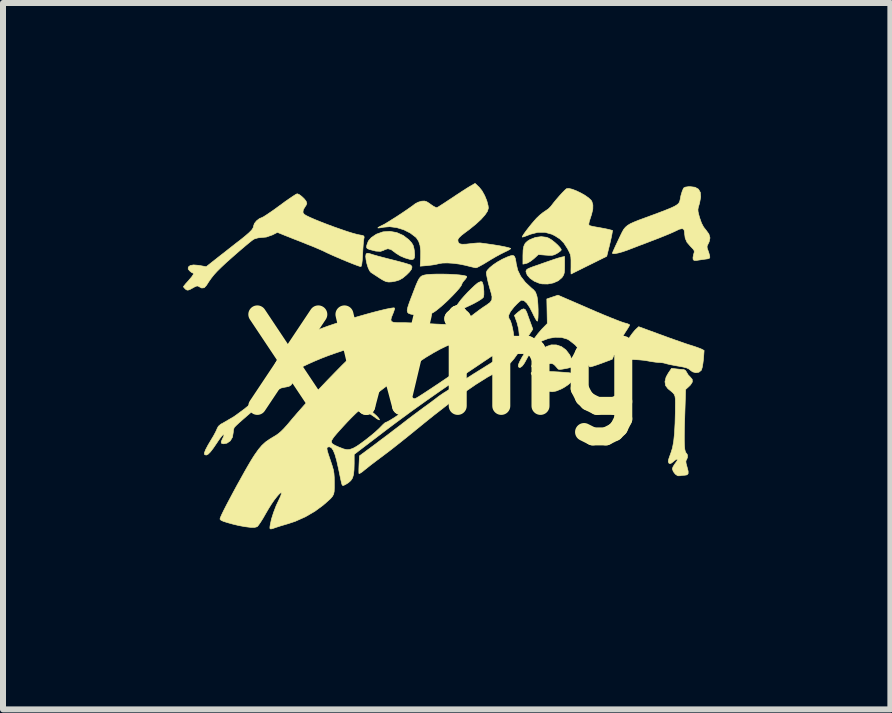
<source format=kicad_pcb>
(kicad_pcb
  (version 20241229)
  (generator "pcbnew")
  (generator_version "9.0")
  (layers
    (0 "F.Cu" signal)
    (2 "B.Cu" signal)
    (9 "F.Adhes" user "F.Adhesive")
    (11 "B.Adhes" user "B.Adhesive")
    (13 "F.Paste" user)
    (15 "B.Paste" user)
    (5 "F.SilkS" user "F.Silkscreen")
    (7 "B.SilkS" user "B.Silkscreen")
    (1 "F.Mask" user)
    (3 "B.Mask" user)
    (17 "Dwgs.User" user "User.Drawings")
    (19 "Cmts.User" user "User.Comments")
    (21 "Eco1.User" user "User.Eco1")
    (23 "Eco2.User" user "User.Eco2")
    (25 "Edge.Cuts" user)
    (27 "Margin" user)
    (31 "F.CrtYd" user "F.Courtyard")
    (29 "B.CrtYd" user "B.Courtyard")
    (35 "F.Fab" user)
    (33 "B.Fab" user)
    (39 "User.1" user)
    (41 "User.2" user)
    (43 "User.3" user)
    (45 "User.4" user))
  (footprint "XWing"
    (layer "F.Cu")
    (at 4.357 3.022)
    (property "Reference" "XWing" (at 0 0 0) (layer "F.SilkS") (effects (font (size 1.524 1.524) (thickness 0.3))))
    (attr through_hole)
    (fp_poly (pts (xy 1.698 -2.119) (xy 1.737 -2.103) (xy 1.784 -2.074) (xy 1.835 -2.034) (xy 1.882 -1.991) (xy 1.92 -1.95) (xy 1.941 -1.918) (xy 1.942 -1.907) (xy 1.925 -1.888) (xy 1.888 -1.861) (xy 1.87 -1.85) (xy 1.83 -1.829) (xy 1.792 -1.819) (xy 1.743 -1.818) (xy 1.682 -1.822) (xy 1.561 -1.832) (xy 1.486 -1.763) (xy 1.435 -1.723) (xy 1.385 -1.693) (xy 1.357 -1.683) (xy 1.304 -1.672) (xy 1.304 -1.814) (xy 1.307 -1.906) (xy 1.319 -1.971) (xy 1.342 -2.019) (xy 1.38 -2.055) (xy 1.419 -2.08) (xy 1.512 -2.117) (xy 1.609 -2.13) (xy 1.698 -2.119)) (stroke (width 0.01) (type solid)) (fill yes) (layer "F.SilkS"))
    (fp_poly (pts (xy 1.998 -1.652) (xy 1.997 -1.579) (xy 1.993 -1.53) (xy 1.983 -1.495) (xy 1.966 -1.465) (xy 1.952 -1.446) (xy 1.892 -1.395) (xy 1.81 -1.359) (xy 1.717 -1.341) (xy 1.623 -1.343) (xy 1.575 -1.354) (xy 1.492 -1.388) (xy 1.424 -1.435) (xy 1.376 -1.489) (xy 1.355 -1.545) (xy 1.355 -1.555) (xy 1.362 -1.575) (xy 1.386 -1.594) (xy 1.434 -1.615) (xy 1.477 -1.631) (xy 1.553 -1.657) (xy 1.643 -1.689) (xy 1.732 -1.72) (xy 1.753 -1.727) (xy 1.825 -1.752) (xy 1.89 -1.773) (xy 1.938 -1.786) (xy 1.952 -1.79) (xy 1.998 -1.799) (xy 1.998 -1.652)) (stroke (width 0.01) (type solid)) (fill yes) (layer "F.SilkS"))
    (fp_poly (pts (xy 1.626 0.113) (xy 1.713 0.115) (xy 1.807 0.119) (xy 1.901 0.124) (xy 1.988 0.13) (xy 2.062 0.136) (xy 2.115 0.144) (xy 2.129 0.147) (xy 2.161 0.166) (xy 2.166 0.199) (xy 2.149 0.241) (xy 2.111 0.289) (xy 2.056 0.338) (xy 1.986 0.384) (xy 1.939 0.409) (xy 1.857 0.442) (xy 1.79 0.454) (xy 1.728 0.444) (xy 1.658 0.412) (xy 1.642 0.402) (xy 1.577 0.356) (xy 1.528 0.301) (xy 1.495 0.248) (xy 1.467 0.197) (xy 1.447 0.159) (xy 1.439 0.143) (xy 1.452 0.131) (xy 1.473 0.119) (xy 1.499 0.114) (xy 1.553 0.112) (xy 1.626 0.113)) (stroke (width 0.01) (type solid)) (fill yes) (layer "F.SilkS"))
    (fp_poly (pts (xy 0.623 -1.376) (xy 0.627 -1.371) (xy 0.639 -1.336) (xy 0.648 -1.281) (xy 0.653 -1.219) (xy 0.653 -1.162) (xy 0.647 -1.124) (xy 0.645 -1.12) (xy 0.62 -1.096) (xy 0.571 -1.064) (xy 0.504 -1.026) (xy 0.426 -0.987) (xy 0.345 -0.949) (xy 0.268 -0.917) (xy 0.201 -0.893) (xy 0.152 -0.881) (xy 0.142 -0.881) (xy 0.126 -0.884) (xy 0.131 -0.899) (xy 0.155 -0.927) (xy 0.194 -0.974) (xy 0.233 -1.026) (xy 0.238 -1.033) (xy 0.274 -1.081) (xy 0.326 -1.14) (xy 0.385 -1.204) (xy 0.447 -1.265) (xy 0.503 -1.318) (xy 0.547 -1.355) (xy 0.565 -1.366) (xy 0.603 -1.382) (xy 0.623 -1.376)) (stroke (width 0.01) (type solid)) (fill yes) (layer "F.SilkS"))
    (fp_poly (pts (xy -0.798 -2.198) (xy -0.69 -2.15) (xy -0.595 -2.077) (xy -0.594 -2.075) (xy -0.55 -2.027) (xy -0.525 -1.985) (xy -0.511 -1.932) (xy -0.505 -1.895) (xy -0.499 -1.823) (xy -0.504 -1.779) (xy -0.51 -1.767) (xy -0.525 -1.752) (xy -0.545 -1.747) (xy -0.577 -1.751) (xy -0.629 -1.766) (xy -0.665 -1.777) (xy -0.741 -1.81) (xy -0.811 -1.854) (xy -0.83 -1.869) (xy -0.891 -1.914) (xy -0.945 -1.929) (xy -0.996 -1.914) (xy -1.014 -1.903) (xy -1.067 -1.885) (xy -1.146 -1.889) (xy -1.249 -1.915) (xy -1.251 -1.916) (xy -1.288 -1.931) (xy -1.301 -1.951) (xy -1.297 -1.987) (xy -1.271 -2.057) (xy -1.22 -2.116) (xy -1.14 -2.169) (xy -1.135 -2.172) (xy -1.027 -2.21) (xy -0.912 -2.218) (xy -0.798 -2.198)) (stroke (width 0.01) (type solid)) (fill yes) (layer "F.SilkS"))
    (fp_poly (pts (xy -1.262 -1.851) (xy -1.221 -1.838) (xy -1.18 -1.825) (xy -1.113 -1.806) (xy -1.029 -1.784) (xy -0.933 -1.759) (xy -0.866 -1.742) (xy -0.772 -1.718) (xy -0.689 -1.696) (xy -0.622 -1.676) (xy -0.578 -1.662) (xy -0.563 -1.655) (xy -0.544 -1.627) (xy -0.551 -1.59) (xy -0.586 -1.542) (xy -0.635 -1.493) (xy -0.699 -1.44) (xy -0.756 -1.408) (xy -0.813 -1.39) (xy -0.882 -1.377) (xy -0.931 -1.374) (xy -0.97 -1.38) (xy -0.994 -1.389) (xy -1.028 -1.406) (xy -1.078 -1.436) (xy -1.114 -1.46) (xy -1.165 -1.493) (xy -1.207 -1.521) (xy -1.226 -1.532) (xy -1.251 -1.562) (xy -1.275 -1.614) (xy -1.295 -1.678) (xy -1.309 -1.744) (xy -1.315 -1.801) (xy -1.309 -1.839) (xy -1.307 -1.842) (xy -1.291 -1.853) (xy -1.262 -1.851)) (stroke (width 0.01) (type solid)) (fill yes) (layer "F.SilkS"))
    (fp_poly (pts (xy 1.862 -0.326) (xy 1.946 -0.298) (xy 2.021 -0.242) (xy 2.083 -0.161) (xy 2.116 -0.091) (xy 2.133 -0.038) (xy 2.141 0.006) (xy 2.14 0.023) (xy 2.119 0.04) (xy 2.071 0.056) (xy 2.025 0.066) (xy 1.962 0.077) (xy 1.923 0.082) (xy 1.902 0.081) (xy 1.889 0.074) (xy 1.876 0.059) (xy 1.876 0.059) (xy 1.837 0.015) (xy 1.809 -0.008) (xy 1.782 -0.016) (xy 1.764 -0.017) (xy 1.718 -0.007) (xy 1.67 0.016) (xy 1.668 0.017) (xy 1.626 0.035) (xy 1.571 0.047) (xy 1.514 0.052) (xy 1.469 0.048) (xy 1.451 0.04) (xy 1.452 0.019) (xy 1.468 -0.022) (xy 1.496 -0.075) (xy 1.53 -0.132) (xy 1.567 -0.186) (xy 1.602 -0.23) (xy 1.609 -0.237) (xy 1.689 -0.297) (xy 1.775 -0.327) (xy 1.862 -0.326)) (stroke (width 0.01) (type solid)) (fill yes) (layer "F.SilkS"))
    (fp_poly (pts (xy 0.061 -1.504) (xy 0.156 -1.499) (xy 0.241 -1.493) (xy 0.309 -1.484) (xy 0.354 -1.474) (xy 0.367 -1.468) (xy 0.364 -1.449) (xy 0.342 -1.418) (xy 0.333 -1.409) (xy 0.304 -1.374) (xy 0.289 -1.348) (xy 0.288 -1.344) (xy 0.276 -1.315) (xy 0.242 -1.268) (xy 0.191 -1.21) (xy 0.129 -1.144) (xy 0.06 -1.075) (xy -0.012 -1.008) (xy -0.082 -0.947) (xy -0.144 -0.897) (xy -0.195 -0.863) (xy -0.212 -0.855) (xy -0.282 -0.835) (xy -0.369 -0.824) (xy -0.459 -0.823) (xy -0.524 -0.831) (xy -0.571 -0.841) (xy -0.603 -0.854) (xy -0.62 -0.874) (xy -0.624 -0.905) (xy -0.614 -0.953) (xy -0.591 -1.023) (xy -0.555 -1.12) (xy -0.552 -1.126) (xy -0.509 -1.239) (xy -0.476 -1.324) (xy -0.449 -1.386) (xy -0.426 -1.429) (xy -0.405 -1.456) (xy -0.383 -1.474) (xy -0.359 -1.484) (xy -0.343 -1.489) (xy -0.293 -1.498) (xy -0.222 -1.503) (xy -0.134 -1.506) (xy -0.038 -1.506) (xy 0.061 -1.504)) (stroke (width 0.01) (type solid)) (fill yes) (layer "F.SilkS"))
    (fp_poly (pts (xy 3.601 -0.495) (xy 3.715 -0.453) (xy 3.827 -0.413) (xy 3.93 -0.377) (xy 4.016 -0.347) (xy 4.08 -0.326) (xy 4.098 -0.321) (xy 4.166 -0.299) (xy 4.228 -0.277) (xy 4.271 -0.26) (xy 4.274 -0.259) (xy 4.322 -0.234) (xy 4.311 -0.087) (xy 4.302 -0.016) (xy 4.291 0.047) (xy 4.278 0.09) (xy 4.274 0.097) (xy 4.236 0.128) (xy 4.184 0.137) (xy 4.13 0.122) (xy 4.092 0.094) (xy 4.066 0.073) (xy 4.029 0.056) (xy 3.974 0.042) (xy 3.893 0.027) (xy 3.891 0.027) (xy 3.815 0.013) (xy 3.748 -0.000169) (xy 3.698 -0.012) (xy 3.684 -0.017) (xy 3.637 -0.028) (xy 3.579 -0.034) (xy 3.568 -0.034) (xy 3.512 -0.039) (xy 3.441 -0.049) (xy 3.387 -0.059) (xy 3.321 -0.07) (xy 3.235 -0.078) (xy 3.142 -0.083) (xy 3.096 -0.084) (xy 3.021 -0.086) (xy 2.959 -0.089) (xy 2.918 -0.095) (xy 2.905 -0.1) (xy 2.906 -0.126) (xy 2.923 -0.173) (xy 2.953 -0.236) (xy 2.992 -0.309) (xy 3.037 -0.385) (xy 3.083 -0.458) (xy 3.129 -0.522) (xy 3.17 -0.571) (xy 3.181 -0.582) (xy 3.232 -0.63) (xy 3.601 -0.495)) (stroke (width 0.01) (type solid)) (fill yes) (layer "F.SilkS"))
    (fp_poly (pts (xy 2.398 -0.934) (xy 2.525 -0.879) (xy 2.646 -0.828) (xy 2.756 -0.783) (xy 2.852 -0.745) (xy 2.927 -0.716) (xy 2.979 -0.698) (xy 2.995 -0.693) (xy 3.044 -0.68) (xy 3.075 -0.666) (xy 3.082 -0.659) (xy 3.073 -0.639) (xy 3.049 -0.599) (xy 3.015 -0.547) (xy 3.009 -0.538) (xy 2.971 -0.475) (xy 2.927 -0.393) (xy 2.885 -0.306) (xy 2.864 -0.26) (xy 2.792 -0.088) (xy 2.611 -0.02) (xy 2.538 0.006) (xy 2.477 0.026) (xy 2.434 0.038) (xy 2.417 0.039) (xy 2.404 0.021) (xy 2.38 -0.019) (xy 2.35 -0.076) (xy 2.337 -0.101) (xy 2.262 -0.225) (xy 2.173 -0.328) (xy 2.076 -0.404) (xy 2.04 -0.424) (xy 1.947 -0.451) (xy 1.841 -0.454) (xy 1.732 -0.435) (xy 1.627 -0.395) (xy 1.535 -0.337) (xy 1.489 -0.292) (xy 1.457 -0.25) (xy 1.419 -0.188) (xy 1.381 -0.12) (xy 1.372 -0.103) (xy 1.33 -0.026) (xy 1.295 0.023) (xy 1.263 0.047) (xy 1.243 0.051) (xy 1.231 0.038) (xy 1.226 0.026) (xy 1.23 -0.001) (xy 1.251 -0.05) (xy 1.286 -0.115) (xy 1.332 -0.192) (xy 1.385 -0.276) (xy 1.443 -0.361) (xy 1.501 -0.443) (xy 1.556 -0.516) (xy 1.606 -0.574) (xy 1.619 -0.589) (xy 1.71 -0.682) (xy 1.702 -1.092) (xy 1.795 -1.124) (xy 1.888 -1.155) (xy 2.398 -0.934)) (stroke (width 0.01) (type solid)) (fill yes) (layer "F.SilkS"))
    (fp_poly (pts (xy -2.502 0.155) (xy -2.493 0.17) (xy -2.498 0.207) (xy -2.515 0.263) (xy -2.538 0.313) (xy -2.561 0.344) (xy -2.592 0.363) (xy -2.643 0.375) (xy -2.659 0.377) (xy -2.725 0.392) (xy -2.78 0.42) (xy -2.827 0.458) (xy -2.863 0.489) (xy -2.92 0.537) (xy -2.992 0.599) (xy -3.075 0.67) (xy -3.164 0.745) (xy -3.197 0.773) (xy -3.282 0.846) (xy -3.359 0.913) (xy -3.424 0.97) (xy -3.472 1.015) (xy -3.5 1.044) (xy -3.506 1.051) (xy -3.518 1.09) (xy -3.522 1.134) (xy -3.535 1.211) (xy -3.571 1.272) (xy -3.626 1.31) (xy -3.682 1.321) (xy -3.715 1.314) (xy -3.723 1.29) (xy -3.705 1.246) (xy -3.7 1.236) (xy -3.679 1.193) (xy -3.678 1.172) (xy -3.689 1.168) (xy -3.704 1.182) (xy -3.733 1.217) (xy -3.77 1.269) (xy -3.791 1.301) (xy -3.853 1.392) (xy -3.901 1.455) (xy -3.939 1.493) (xy -3.968 1.508) (xy -3.992 1.504) (xy -4.001 1.496) (xy -4.002 1.472) (xy -3.983 1.421) (xy -3.943 1.345) (xy -3.889 1.254) (xy -3.85 1.189) (xy -3.817 1.128) (xy -3.795 1.081) (xy -3.792 1.072) (xy -3.77 1.03) (xy -3.73 0.995) (xy -3.689 0.973) (xy -3.508 0.867) (xy -3.333 0.739) (xy -3.313 0.722) (xy -3.251 0.671) (xy -3.186 0.619) (xy -3.134 0.578) (xy -3.133 0.577) (xy -3.088 0.54) (xy -3.029 0.487) (xy -2.964 0.426) (xy -2.921 0.384) (xy -2.823 0.295) (xy -2.727 0.226) (xy -2.637 0.178) (xy -2.559 0.154) (xy -2.534 0.152) (xy -2.502 0.155)) (stroke (width 0.01) (type solid)) (fill yes) (layer "F.SilkS"))
    (fp_poly (pts (xy 3.867 0.074) (xy 3.923 0.08) (xy 3.969 0.084) (xy 3.984 0.084) (xy 4.012 0.099) (xy 4.031 0.129) (xy 4.057 0.173) (xy 4.09 0.207) (xy 4.124 0.247) (xy 4.126 0.291) (xy 4.096 0.339) (xy 4.073 0.362) (xy 4.014 0.416) (xy 3.999 0.888) (xy 3.994 1.048) (xy 3.992 1.177) (xy 3.992 1.278) (xy 3.995 1.355) (xy 4 1.411) (xy 4.009 1.449) (xy 4.021 1.473) (xy 4.031 1.482) (xy 4.045 1.508) (xy 4.045 1.546) (xy 4.032 1.582) (xy 4.027 1.588) (xy 4.018 1.608) (xy 4.021 1.644) (xy 4.037 1.704) (xy 4.039 1.711) (xy 4.056 1.777) (xy 4.056 1.817) (xy 4.037 1.838) (xy 3.997 1.845) (xy 3.985 1.845) (xy 3.944 1.849) (xy 3.926 1.853) (xy 3.89 1.854) (xy 3.878 1.851) (xy 3.841 1.825) (xy 3.809 1.783) (xy 3.794 1.741) (xy 3.793 1.738) (xy 3.804 1.705) (xy 3.829 1.664) (xy 3.835 1.656) (xy 3.869 1.609) (xy 3.879 1.582) (xy 3.867 1.576) (xy 3.835 1.596) (xy 3.808 1.619) (xy 3.768 1.648) (xy 3.739 1.648) (xy 3.726 1.621) (xy 3.725 1.611) (xy 3.731 1.58) (xy 3.748 1.53) (xy 3.769 1.472) (xy 3.795 1.39) (xy 3.815 1.282) (xy 3.829 1.146) (xy 3.838 0.981) (xy 3.843 0.784) (xy 3.843 0.723) (xy 3.844 0.635) (xy 3.843 0.573) (xy 3.837 0.53) (xy 3.825 0.499) (xy 3.802 0.471) (xy 3.766 0.44) (xy 3.719 0.402) (xy 3.68 0.35) (xy 3.67 0.285) (xy 3.689 0.209) (xy 3.726 0.143) (xy 3.78 0.064) (xy 3.867 0.074)) (stroke (width 0.01) (type solid)) (fill yes) (layer "F.SilkS"))
    (fp_poly (pts (xy 2.124 -2.92) (xy 2.192 -2.894) (xy 2.265 -2.859) (xy 2.336 -2.819) (xy 2.396 -2.777) (xy 2.438 -2.738) (xy 2.452 -2.717) (xy 2.469 -2.658) (xy 2.468 -2.588) (xy 2.447 -2.5) (xy 2.43 -2.448) (xy 2.409 -2.382) (xy 2.401 -2.341) (xy 2.405 -2.32) (xy 2.409 -2.317) (xy 2.435 -2.308) (xy 2.484 -2.297) (xy 2.546 -2.286) (xy 2.548 -2.286) (xy 2.619 -2.273) (xy 2.687 -2.26) (xy 2.732 -2.25) (xy 2.797 -2.233) (xy 2.785 -2.162) (xy 2.775 -2.112) (xy 2.759 -2.042) (xy 2.741 -1.966) (xy 2.736 -1.947) (xy 2.7 -1.803) (xy 2.404 -1.656) (xy 2.313 -1.611) (xy 2.233 -1.571) (xy 2.168 -1.539) (xy 2.125 -1.517) (xy 2.106 -1.508) (xy 2.106 -1.508) (xy 2.105 -1.523) (xy 2.104 -1.565) (xy 2.105 -1.626) (xy 2.105 -1.664) (xy 2.105 -1.739) (xy 2.102 -1.792) (xy 2.093 -1.835) (xy 2.074 -1.878) (xy 2.045 -1.933) (xy 2.044 -1.934) (xy 1.985 -2.025) (xy 1.92 -2.091) (xy 1.838 -2.144) (xy 1.786 -2.17) (xy 1.672 -2.202) (xy 1.553 -2.202) (xy 1.426 -2.169) (xy 1.407 -2.161) (xy 1.352 -2.14) (xy 1.311 -2.126) (xy 1.292 -2.123) (xy 1.292 -2.123) (xy 1.298 -2.139) (xy 1.321 -2.176) (xy 1.357 -2.226) (xy 1.401 -2.283) (xy 1.449 -2.343) (xy 1.496 -2.398) (xy 1.53 -2.436) (xy 1.582 -2.486) (xy 1.635 -2.529) (xy 1.676 -2.557) (xy 1.726 -2.591) (xy 1.766 -2.631) (xy 1.77 -2.635) (xy 1.808 -2.685) (xy 1.856 -2.744) (xy 1.908 -2.804) (xy 1.958 -2.859) (xy 2 -2.902) (xy 2.028 -2.927) (xy 2.032 -2.929) (xy 2.068 -2.933) (xy 2.124 -2.92)) (stroke (width 0.01) (type solid)) (fill yes) (layer "F.SilkS"))
    (fp_poly (pts (xy 1.345 -0.913) (xy 1.368 -0.868) (xy 1.374 -0.851) (xy 1.397 -0.786) (xy 1.424 -0.712) (xy 1.436 -0.679) (xy 1.469 -0.588) (xy 1.423 -0.519) (xy 1.394 -0.473) (xy 1.354 -0.409) (xy 1.31 -0.336) (xy 1.286 -0.296) (xy 1.218 -0.184) (xy 1.156 -0.097) (xy 1.097 -0.029) (xy 1.033 0.026) (xy 0.959 0.075) (xy 0.894 0.111) (xy 0.714 0.21) (xy 0.518 0.333) (xy 0.303 0.481) (xy 0.069 0.653) (xy -0.185 0.85) (xy -0.339 0.974) (xy -0.489 1.096) (xy -0.617 1.2) (xy -0.727 1.288) (xy -0.822 1.363) (xy -0.906 1.429) (xy -0.984 1.488) (xy -1.058 1.544) (xy -1.076 1.557) (xy -1.152 1.614) (xy -1.227 1.671) (xy -1.292 1.723) (xy -1.335 1.757) (xy -1.378 1.792) (xy -1.412 1.813) (xy -1.427 1.817) (xy -1.429 1.795) (xy -1.429 1.748) (xy -1.427 1.685) (xy -1.426 1.663) (xy -1.419 1.522) (xy -1.162 1.332) (xy -1.062 1.256) (xy -0.952 1.174) (xy -0.844 1.091) (xy -0.746 1.017) (xy -0.7 0.981) (xy -0.611 0.912) (xy -0.514 0.839) (xy -0.42 0.769) (xy -0.34 0.71) (xy -0.33 0.703) (xy -0.26 0.652) (xy -0.194 0.603) (xy -0.142 0.564) (xy -0.113 0.541) (xy -0.071 0.511) (xy -0.012 0.471) (xy 0.049 0.433) (xy 0.111 0.395) (xy 0.189 0.345) (xy 0.271 0.293) (xy 0.316 0.264) (xy 0.393 0.214) (xy 0.488 0.153) (xy 0.588 0.091) (xy 0.679 0.034) (xy 0.764 -0.019) (xy 0.85 -0.074) (xy 0.927 -0.123) (xy 0.985 -0.161) (xy 0.99 -0.164) (xy 1.049 -0.201) (xy 1.102 -0.23) (xy 1.14 -0.246) (xy 1.142 -0.247) (xy 1.186 -0.274) (xy 1.219 -0.328) (xy 1.238 -0.402) (xy 1.243 -0.491) (xy 1.233 -0.589) (xy 1.208 -0.69) (xy 1.201 -0.711) (xy 1.162 -0.818) (xy 1.227 -0.875) (xy 1.28 -0.915) (xy 1.317 -0.928) (xy 1.345 -0.913)) (stroke (width 0.01) (type solid)) (fill yes) (layer "F.SilkS"))
    (fp_poly (pts (xy 4.171 -2.953) (xy 4.228 -2.921) (xy 4.259 -2.867) (xy 4.265 -2.791) (xy 4.247 -2.692) (xy 4.239 -2.664) (xy 4.225 -2.617) (xy 4.219 -2.58) (xy 4.222 -2.543) (xy 4.234 -2.493) (xy 4.248 -2.443) (xy 4.279 -2.355) (xy 4.314 -2.289) (xy 4.353 -2.24) (xy 4.402 -2.173) (xy 4.42 -2.109) (xy 4.406 -2.044) (xy 4.391 -2.013) (xy 4.372 -1.974) (xy 4.373 -1.94) (xy 4.384 -1.909) (xy 4.402 -1.857) (xy 4.415 -1.809) (xy 4.417 -1.783) (xy 4.408 -1.769) (xy 4.378 -1.76) (xy 4.332 -1.754) (xy 4.271 -1.745) (xy 4.216 -1.737) (xy 4.195 -1.733) (xy 4.155 -1.734) (xy 4.139 -1.751) (xy 4.137 -1.783) (xy 4.146 -1.829) (xy 4.148 -1.837) (xy 4.158 -1.871) (xy 4.157 -1.896) (xy 4.139 -1.923) (xy 4.103 -1.961) (xy 4.094 -1.97) (xy 4.037 -2.036) (xy 4.007 -2.105) (xy 3.996 -2.19) (xy 3.996 -2.204) (xy 3.987 -2.247) (xy 3.959 -2.264) (xy 3.91 -2.254) (xy 3.862 -2.231) (xy 3.822 -2.212) (xy 3.757 -2.183) (xy 3.672 -2.148) (xy 3.575 -2.109) (xy 3.472 -2.069) (xy 3.463 -2.066) (xy 3.357 -2.025) (xy 3.253 -1.986) (xy 3.16 -1.95) (xy 3.084 -1.921) (xy 3.032 -1.901) (xy 3.031 -1.901) (xy 2.961 -1.877) (xy 2.896 -1.859) (xy 2.841 -1.848) (xy 2.805 -1.847) (xy 2.794 -1.854) (xy 2.801 -1.873) (xy 2.82 -1.916) (xy 2.848 -1.978) (xy 2.884 -2.054) (xy 2.898 -2.084) (xy 2.931 -2.153) (xy 2.958 -2.208) (xy 2.983 -2.252) (xy 3.012 -2.287) (xy 3.047 -2.317) (xy 3.093 -2.345) (xy 3.155 -2.373) (xy 3.236 -2.406) (xy 3.34 -2.444) (xy 3.463 -2.489) (xy 3.594 -2.538) (xy 3.697 -2.578) (xy 3.775 -2.61) (xy 3.832 -2.637) (xy 3.871 -2.661) (xy 3.897 -2.683) (xy 3.911 -2.706) (xy 3.919 -2.731) (xy 3.921 -2.739) (xy 3.936 -2.815) (xy 3.956 -2.882) (xy 3.976 -2.93) (xy 3.984 -2.942) (xy 4.01 -2.955) (xy 4.059 -2.962) (xy 4.089 -2.963) (xy 4.171 -2.953)) (stroke (width 0.01) (type solid)) (fill yes) (layer "F.SilkS"))
    (fp_poly (pts (xy 0.576 -2.952) (xy 0.623 -2.893) (xy 0.667 -2.814) (xy 0.703 -2.726) (xy 0.724 -2.644) (xy 0.728 -2.605) (xy 0.714 -2.555) (xy 0.672 -2.492) (xy 0.606 -2.418) (xy 0.517 -2.336) (xy 0.408 -2.248) (xy 0.351 -2.206) (xy 0.283 -2.154) (xy 0.241 -2.114) (xy 0.222 -2.085) (xy 0.22 -2.073) (xy 0.226 -2.035) (xy 0.248 -2.012) (xy 0.29 -2.003) (xy 0.358 -2.005) (xy 0.413 -2.011) (xy 0.483 -2.019) (xy 0.545 -2.024) (xy 0.588 -2.025) (xy 0.594 -2.025) (xy 0.712 -2.009) (xy 0.822 -1.993) (xy 0.92 -1.977) (xy 1.001 -1.961) (xy 1.061 -1.947) (xy 1.095 -1.936) (xy 1.101 -1.93) (xy 1.086 -1.918) (xy 1.049 -1.897) (xy 0.996 -1.872) (xy 0.995 -1.871) (xy 0.936 -1.842) (xy 0.86 -1.801) (xy 0.777 -1.753) (xy 0.717 -1.716) (xy 0.648 -1.674) (xy 0.588 -1.641) (xy 0.544 -1.618) (xy 0.522 -1.611) (xy 0.497 -1.615) (xy 0.447 -1.627) (xy 0.382 -1.643) (xy 0.347 -1.652) (xy 0.249 -1.672) (xy 0.146 -1.686) (xy 0.048 -1.692) (xy -0.037 -1.69) (xy -0.1 -1.68) (xy -0.108 -1.677) (xy -0.146 -1.668) (xy -0.205 -1.658) (xy -0.273 -1.65) (xy -0.279 -1.649) (xy -0.407 -1.638) (xy -0.4 -1.776) (xy -0.399 -1.893) (xy -0.41 -1.983) (xy -0.433 -2.053) (xy -0.47 -2.109) (xy -0.484 -2.123) (xy -0.574 -2.191) (xy -0.682 -2.245) (xy -0.8 -2.281) (xy -0.917 -2.296) (xy -1.017 -2.287) (xy -1.067 -2.278) (xy -1.103 -2.274) (xy -1.113 -2.276) (xy -1.103 -2.286) (xy -1.07 -2.304) (xy -1.039 -2.319) (xy -0.998 -2.34) (xy -0.937 -2.377) (xy -0.861 -2.425) (xy -0.776 -2.479) (xy -0.69 -2.536) (xy -0.608 -2.592) (xy -0.537 -2.642) (xy -0.49 -2.678) (xy -0.443 -2.703) (xy -0.386 -2.72) (xy -0.38 -2.721) (xy -0.337 -2.723) (xy -0.301 -2.713) (xy -0.259 -2.687) (xy -0.232 -2.667) (xy -0.185 -2.635) (xy -0.146 -2.616) (xy -0.127 -2.614) (xy -0.105 -2.626) (xy -0.061 -2.654) (xy 0.001 -2.694) (xy 0.075 -2.743) (xy 0.122 -2.774) (xy 0.206 -2.83) (xy 0.287 -2.883) (xy 0.357 -2.928) (xy 0.41 -2.961) (xy 0.427 -2.971) (xy 0.507 -3.017) (xy 0.576 -2.952)) (stroke (width 0.01) (type solid)) (fill yes) (layer "F.SilkS"))
    (fp_poly (pts (xy -2.424 -2.832) (xy -2.382 -2.801) (xy -2.34 -2.761) (xy -2.309 -2.722) (xy -2.306 -2.715) (xy -2.296 -2.682) (xy -2.31 -2.649) (xy -2.318 -2.639) (xy -2.354 -2.58) (xy -2.361 -2.534) (xy -2.341 -2.503) (xy -2.306 -2.481) (xy -2.244 -2.451) (xy -2.161 -2.415) (xy -2.063 -2.375) (xy -1.954 -2.333) (xy -1.841 -2.291) (xy -1.73 -2.252) (xy -1.625 -2.216) (xy -1.532 -2.187) (xy -1.457 -2.167) (xy -1.414 -2.158) (xy -1.366 -2.15) (xy -1.345 -2.139) (xy -1.341 -2.118) (xy -1.346 -2.093) (xy -1.351 -2.055) (xy -1.357 -1.993) (xy -1.362 -1.915) (xy -1.366 -1.84) (xy -1.372 -1.741) (xy -1.38 -1.674) (xy -1.389 -1.639) (xy -1.395 -1.632) (xy -1.417 -1.636) (xy -1.463 -1.652) (xy -1.529 -1.677) (xy -1.609 -1.709) (xy -1.697 -1.745) (xy -1.787 -1.784) (xy -1.875 -1.822) (xy -1.954 -1.858) (xy -2.013 -1.887) (xy -2.057 -1.907) (xy -2.124 -1.936) (xy -2.207 -1.971) (xy -2.299 -2.007) (xy -2.337 -2.023) (xy -2.431 -2.06) (xy -2.524 -2.096) (xy -2.606 -2.129) (xy -2.668 -2.153) (xy -2.684 -2.16) (xy -2.786 -2.201) (xy -2.869 -2.159) (xy -2.971 -2.123) (xy -3.038 -2.117) (xy -3.108 -2.11) (xy -3.169 -2.092) (xy -3.179 -2.087) (xy -3.207 -2.068) (xy -3.256 -2.029) (xy -3.321 -1.975) (xy -3.399 -1.909) (xy -3.484 -1.835) (xy -3.534 -1.791) (xy -3.64 -1.697) (xy -3.723 -1.619) (xy -3.79 -1.553) (xy -3.843 -1.495) (xy -3.888 -1.438) (xy -3.93 -1.378) (xy -3.969 -1.317) (xy -4.005 -1.279) (xy -4.047 -1.274) (xy -4.088 -1.295) (xy -4.11 -1.308) (xy -4.135 -1.306) (xy -4.174 -1.288) (xy -4.191 -1.278) (xy -4.244 -1.249) (xy -4.278 -1.238) (xy -4.304 -1.245) (xy -4.325 -1.263) (xy -4.346 -1.287) (xy -4.352 -1.296) (xy -4.341 -1.311) (xy -4.314 -1.345) (xy -4.274 -1.389) (xy -4.267 -1.397) (xy -4.215 -1.458) (xy -4.188 -1.498) (xy -4.184 -1.52) (xy -4.196 -1.524) (xy -4.217 -1.534) (xy -4.247 -1.559) (xy -4.272 -1.589) (xy -4.271 -1.617) (xy -4.267 -1.626) (xy -4.237 -1.65) (xy -4.182 -1.659) (xy -4.099 -1.652) (xy -4.047 -1.643) (xy -3.972 -1.629) (xy -3.754 -1.801) (xy -3.669 -1.867) (xy -3.583 -1.935) (xy -3.504 -1.997) (xy -3.44 -2.047) (xy -3.419 -2.062) (xy -3.327 -2.136) (xy -3.26 -2.194) (xy -3.215 -2.239) (xy -3.191 -2.276) (xy -3.183 -2.306) (xy -3.169 -2.349) (xy -3.133 -2.394) (xy -3.085 -2.431) (xy -3.046 -2.447) (xy -3.019 -2.46) (xy -2.97 -2.491) (xy -2.905 -2.535) (xy -2.827 -2.589) (xy -2.743 -2.651) (xy -2.742 -2.651) (xy -2.66 -2.712) (xy -2.585 -2.764) (xy -2.523 -2.806) (xy -2.479 -2.834) (xy -2.457 -2.844) (xy -2.456 -2.844) (xy -2.424 -2.832)) (stroke (width 0.01) (type solid)) (fill yes) (layer "F.SilkS"))
    (fp_poly (pts (xy 1.161 -1.804) (xy 1.177 -1.768) (xy 1.189 -1.705) (xy 1.191 -1.685) (xy 1.217 -1.572) (xy 1.267 -1.469) (xy 1.343 -1.37) (xy 1.449 -1.271) (xy 1.481 -1.245) (xy 1.514 -1.205) (xy 1.536 -1.142) (xy 1.541 -1.12) (xy 1.549 -1.062) (xy 1.554 -0.991) (xy 1.557 -0.916) (xy 1.557 -0.843) (xy 1.555 -0.781) (xy 1.55 -0.737) (xy 1.544 -0.722) (xy 1.532 -0.732) (xy 1.51 -0.768) (xy 1.482 -0.821) (xy 1.466 -0.856) (xy 1.416 -0.953) (xy 1.369 -1.022) (xy 1.324 -1.062) (xy 1.284 -1.072) (xy 1.271 -1.067) (xy 1.245 -1.047) (xy 1.205 -1.01) (xy 1.159 -0.962) (xy 1.154 -0.956) (xy 1.096 -0.882) (xy 1.067 -0.821) (xy 1.069 -0.772) (xy 1.082 -0.753) (xy 1.097 -0.724) (xy 1.114 -0.672) (xy 1.13 -0.608) (xy 1.143 -0.541) (xy 1.151 -0.482) (xy 1.151 -0.46) (xy 1.15 -0.431) (xy 1.144 -0.407) (xy 1.128 -0.384) (xy 1.098 -0.357) (xy 1.048 -0.321) (xy 0.986 -0.277) (xy 0.936 -0.243) (xy 0.862 -0.192) (xy 0.768 -0.128) (xy 0.657 -0.054) (xy 0.534 0.029) (xy 0.403 0.117) (xy 0.267 0.208) (xy 0.206 0.249) (xy -0.046 0.42) (xy -0.305 0.601) (xy -0.562 0.785) (xy -0.807 0.965) (xy -0.959 1.079) (xy -1.507 1.497) (xy -1.507 1.65) (xy -1.51 1.755) (xy -1.518 1.833) (xy -1.535 1.891) (xy -1.563 1.933) (xy -1.602 1.968) (xy -1.606 1.971) (xy -1.648 1.997) (xy -1.681 2.013) (xy -1.69 2.015) (xy -1.698 2.015) (xy -1.704 2.01) (xy -1.711 1.997) (xy -1.718 1.972) (xy -1.728 1.928) (xy -1.742 1.862) (xy -1.761 1.769) (xy -1.77 1.728) (xy -1.799 1.598) (xy -1.827 1.5) (xy -1.855 1.431) (xy -1.884 1.389) (xy -1.915 1.372) (xy -1.923 1.372) (xy -1.945 1.374) (xy -1.958 1.383) (xy -1.961 1.403) (xy -1.954 1.441) (xy -1.936 1.5) (xy -1.907 1.585) (xy -1.901 1.603) (xy -1.873 1.688) (xy -1.854 1.754) (xy -1.844 1.813) (xy -1.839 1.879) (xy -1.838 1.963) (xy -1.838 1.975) (xy -1.838 2.055) (xy -1.84 2.113) (xy -1.849 2.158) (xy -1.869 2.196) (xy -1.902 2.235) (xy -1.953 2.281) (xy -2.025 2.344) (xy -2.162 2.445) (xy -2.32 2.537) (xy -2.488 2.612) (xy -2.599 2.649) (xy -2.673 2.671) (xy -2.74 2.691) (xy -2.789 2.707) (xy -2.802 2.711) (xy -2.862 2.732) (xy -2.896 2.74) (xy -2.91 2.733) (xy -2.911 2.708) (xy -2.905 2.669) (xy -2.885 2.575) (xy -2.85 2.465) (xy -2.806 2.35) (xy -2.761 2.255) (xy -2.731 2.19) (xy -2.719 2.151) (xy -2.721 2.135) (xy -2.736 2.14) (xy -2.763 2.164) (xy -2.798 2.205) (xy -2.84 2.259) (xy -2.886 2.326) (xy -2.934 2.403) (xy -2.983 2.487) (xy -2.983 2.487) (xy -3.026 2.562) (xy -3.066 2.626) (xy -3.1 2.675) (xy -3.122 2.701) (xy -3.124 2.702) (xy -3.164 2.713) (xy -3.232 2.713) (xy -3.323 2.702) (xy -3.432 2.682) (xy -3.528 2.659) (xy -3.621 2.633) (xy -3.685 2.613) (xy -3.724 2.595) (xy -3.741 2.578) (xy -3.742 2.571) (xy -3.734 2.546) (xy -3.712 2.496) (xy -3.677 2.424) (xy -3.632 2.336) (xy -3.579 2.236) (xy -3.521 2.127) (xy -3.46 2.014) (xy -3.397 1.901) (xy -3.337 1.793) (xy -3.28 1.693) (xy -3.229 1.606) (xy -3.186 1.537) (xy -3.163 1.502) (xy -3.1 1.413) (xy -3.043 1.346) (xy -2.986 1.294) (xy -1.887 1.294) (xy -1.871 1.32) (xy -1.829 1.346) (xy -1.759 1.377) (xy -1.751 1.38) (xy -1.681 1.407) (xy -1.628 1.419) (xy -1.583 1.416) (xy -1.534 1.399) (xy -1.516 1.391) (xy -1.464 1.362) (xy -1.396 1.315) (xy -1.318 1.257) (xy -1.237 1.193) (xy -1.161 1.13) (xy -1.097 1.071) (xy -1.07 1.044) (xy -1.03 1.003) (xy -0.998 0.974) (xy -0.983 0.965) (xy -0.959 0.956) (xy -0.915 0.932) (xy -0.861 0.899) (xy -0.804 0.862) (xy -0.754 0.826) (xy -0.72 0.799) (xy -0.675 0.763) (xy -0.631 0.736) (xy -0.625 0.733) (xy -0.591 0.713) (xy -0.576 0.687) (xy -0.579 0.649) (xy -0.602 0.595) (xy -0.644 0.519) (xy -0.655 0.501) (xy -0.691 0.437) (xy -0.719 0.385) (xy -0.734 0.351) (xy -0.735 0.34) (xy -0.72 0.347) (xy -0.691 0.374) (xy -0.663 0.406) (xy -0.605 0.477) (xy -0.563 0.525) (xy -0.535 0.554) (xy -0.514 0.568) (xy -0.497 0.569) (xy -0.479 0.562) (xy -0.47 0.557) (xy -0.437 0.538) (xy -0.382 0.503) (xy -0.31 0.456) (xy -0.226 0.401) (xy -0.136 0.341) (xy -0.045 0.28) (xy 0.042 0.221) (xy 0.119 0.169) (xy 0.181 0.125) (xy 0.223 0.096) (xy 0.224 0.094) (xy 0.264 0.062) (xy 0.29 0.033) (xy 0.301 0.001) (xy 0.3 -0.044) (xy 0.288 -0.107) (xy 0.271 -0.176) (xy 0.249 -0.259) (xy 0.228 -0.313) (xy 0.204 -0.342) (xy 0.172 -0.351) (xy 0.129 -0.344) (xy 0.116 -0.34) (xy 0.031 -0.308) (xy -0.074 -0.257) (xy -0.19 -0.193) (xy -0.312 -0.12) (xy -0.432 -0.041) (xy -0.544 0.039) (xy -0.642 0.116) (xy -0.687 0.157) (xy -0.737 0.201) (xy -0.778 0.235) (xy -0.804 0.253) (xy -0.808 0.254) (xy -0.827 0.264) (xy -0.868 0.29) (xy -0.925 0.33) (xy -0.994 0.379) (xy -1.026 0.403) (xy -1.129 0.482) (xy -1.214 0.553) (xy -1.279 0.613) (xy -1.321 0.66) (xy -1.338 0.692) (xy -1.338 0.694) (xy -1.324 0.711) (xy -1.29 0.737) (xy -1.266 0.752) (xy -1.219 0.783) (xy -1.171 0.822) (xy -1.129 0.861) (xy -1.098 0.896) (xy -1.085 0.919) (xy -1.086 0.923) (xy -1.103 0.918) (xy -1.138 0.897) (xy -1.17 0.872) (xy -1.239 0.826) (xy -1.31 0.792) (xy -1.375 0.773) (xy -1.425 0.773) (xy -1.437 0.778) (xy -1.462 0.797) (xy -1.504 0.837) (xy -1.559 0.892) (xy -1.621 0.956) (xy -1.685 1.025) (xy -1.746 1.092) (xy -1.8 1.153) (xy -1.841 1.202) (xy -1.857 1.224) (xy -1.882 1.264) (xy -1.887 1.294) (xy -2.986 1.294) (xy -2.984 1.292) (xy -2.914 1.243) (xy -2.863 1.212) (xy -2.811 1.181) (xy -2.767 1.15) (xy -2.725 1.114) (xy -2.679 1.068) (xy -2.623 1.006) (xy -2.554 0.924) (xy -2.536 0.902) (xy -2.447 0.799) (xy -2.34 0.678) (xy -2.219 0.545) (xy -2.089 0.406) (xy -1.957 0.267) (xy -1.827 0.133) (xy -1.705 0.009) (xy -1.596 -0.097) (xy -1.578 -0.114) (xy -1.509 -0.181) (xy -1.463 -0.229) (xy -1.439 -0.261) (xy -1.433 -0.28) (xy -1.437 -0.285) (xy -1.451 -0.292) (xy -1.472 -0.293) (xy -1.503 -0.289) (xy -1.549 -0.277) (xy -1.614 -0.258) (xy -1.702 -0.23) (xy -1.817 -0.191) (xy -1.829 -0.187) (xy -1.939 -0.148) (xy -2.058 -0.102) (xy -2.172 -0.054) (xy -2.27 -0.01) (xy -2.292 0.000388) (xy -2.38 0.042) (xy -2.45 0.071) (xy -2.5 0.086) (xy -2.528 0.089) (xy -2.531 0.077) (xy -2.507 0.051) (xy -2.495 0.041) (xy -2.461 0.011) (xy -2.456 -0.003) (xy -2.478 -0.001) (xy -2.526 0.017) (xy -2.6 0.051) (xy -2.617 0.06) (xy -2.708 0.103) (xy -2.774 0.129) (xy -2.819 0.139) (xy -2.845 0.133) (xy -2.858 0.112) (xy -2.858 0.107) (xy -2.853 0.066) (xy -2.83 0.006) (xy -2.794 -0.063) (xy -2.749 -0.134) (xy -2.701 -0.198) (xy -2.692 -0.208) (xy -2.612 -0.291) (xy -2.525 -0.364) (xy -2.426 -0.43) (xy -2.31 -0.493) (xy -2.172 -0.554) (xy -2.007 -0.617) (xy -1.947 -0.639) (xy -1.825 -0.68) (xy -1.695 -0.722) (xy -1.561 -0.764) (xy -1.427 -0.803) (xy -1.297 -0.84) (xy -1.176 -0.873) (xy -1.066 -0.901) (xy -0.973 -0.923) (xy -0.901 -0.937) (xy -0.853 -0.944) (xy -0.834 -0.941) (xy -0.835 -0.922) (xy -0.848 -0.882) (xy -0.861 -0.848) (xy -0.887 -0.785) (xy -0.896 -0.742) (xy -0.885 -0.716) (xy -0.85 -0.702) (xy -0.788 -0.697) (xy -0.72 -0.697) (xy -0.663 -0.697) (xy -0.58 -0.694) (xy -0.481 -0.691) (xy -0.374 -0.686) (xy -0.296 -0.682) (xy -0.151 -0.674) (xy -0.036 -0.669) (xy 0.055 -0.667) (xy 0.126 -0.668) (xy 0.181 -0.673) (xy 0.225 -0.681) (xy 0.262 -0.694) (xy 0.297 -0.712) (xy 0.322 -0.726) (xy 0.385 -0.768) (xy 0.458 -0.818) (xy 0.516 -0.862) (xy 0.58 -0.91) (xy 0.647 -0.957) (xy 0.699 -0.991) (xy 0.757 -1.034) (xy 0.786 -1.077) (xy 0.789 -1.131) (xy 0.773 -1.197) (xy 0.749 -1.279) (xy 0.726 -1.364) (xy 0.709 -1.441) (xy 0.697 -1.502) (xy 0.694 -1.533) (xy 0.709 -1.568) (xy 0.749 -1.611) (xy 0.808 -1.66) (xy 0.881 -1.709) (xy 0.961 -1.754) (xy 1.042 -1.791) (xy 1.105 -1.813) (xy 1.138 -1.817) (xy 1.161 -1.804)) (stroke (width 0.01) (type solid)) (fill yes) (layer "F.SilkS")))
  (gr_rect
    (start -3 -3)
    (end 11.782 8.767)
    (stroke (width 0.1) (type default))
    (fill no)
    (layer "Edge.Cuts")))
</source>
